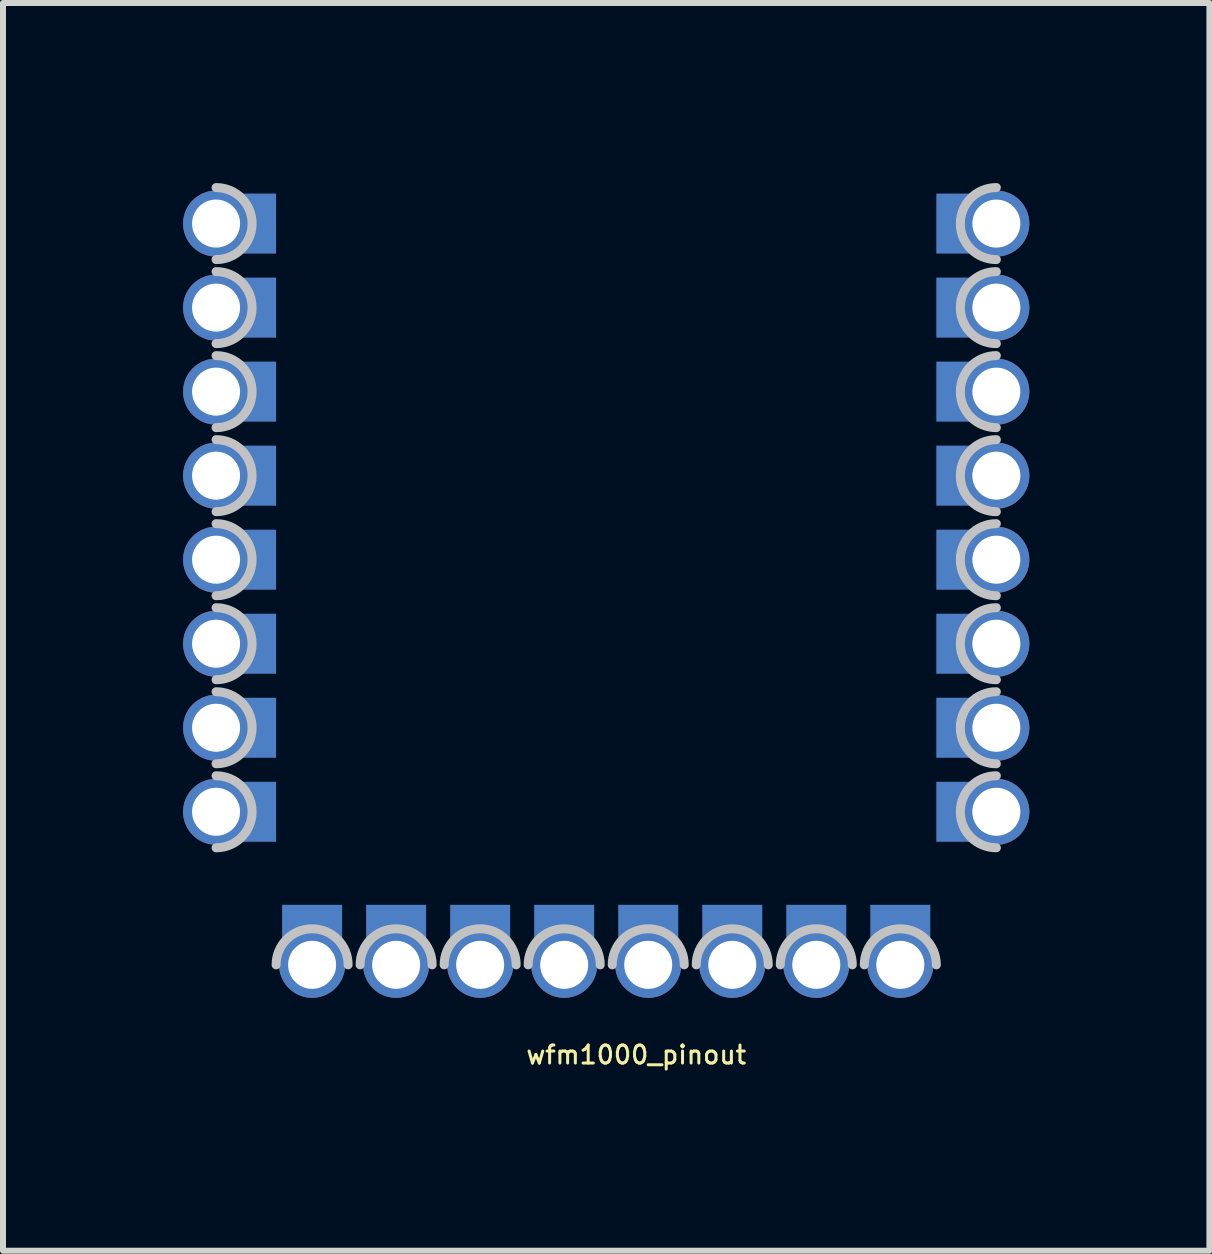
<source format=kicad_pcb>
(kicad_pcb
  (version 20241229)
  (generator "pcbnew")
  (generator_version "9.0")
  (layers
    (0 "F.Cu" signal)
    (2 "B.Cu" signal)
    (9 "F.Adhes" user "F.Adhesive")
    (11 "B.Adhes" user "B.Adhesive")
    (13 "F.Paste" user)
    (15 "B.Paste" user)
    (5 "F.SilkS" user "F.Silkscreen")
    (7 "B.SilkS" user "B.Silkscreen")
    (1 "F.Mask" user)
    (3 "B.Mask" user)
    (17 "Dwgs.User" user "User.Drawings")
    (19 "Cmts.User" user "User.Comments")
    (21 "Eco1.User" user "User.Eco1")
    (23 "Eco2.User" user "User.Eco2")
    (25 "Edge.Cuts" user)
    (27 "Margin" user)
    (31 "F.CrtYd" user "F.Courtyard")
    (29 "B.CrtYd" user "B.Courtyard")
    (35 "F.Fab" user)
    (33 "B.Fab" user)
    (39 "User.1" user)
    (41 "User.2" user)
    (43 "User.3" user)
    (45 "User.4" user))
  (footprint "wfm1000_pinout"
    (layer "F.Cu")
    (at 7.05 13.025)
    (property "Reference" "wfm1000_pinout" (at 0.5 1.5 0) (layer "F.SilkS") (effects (font (size 0.3 0.3) (thickness 0.05))))
    (attr exclude_from_pos_files exclude_from_bom)
    (fp_arc (start -6.5 -12.95) (mid -5.9 -12.35) (end -6.5 -11.75) (stroke (width 0.15) (type solid)) (layer "Dwgs.User"))
    (fp_arc (start -6.5 -11.55) (mid -5.9 -10.95) (end -6.5 -10.35) (stroke (width 0.15) (type solid)) (layer "Dwgs.User"))
    (fp_arc (start -6.5 -10.15) (mid -5.9 -9.55) (end -6.5 -8.95) (stroke (width 0.15) (type solid)) (layer "Dwgs.User"))
    (fp_arc (start -6.5 -8.75) (mid -5.9 -8.15) (end -6.5 -7.55) (stroke (width 0.15) (type solid)) (layer "Dwgs.User"))
    (fp_arc (start -6.5 -7.35) (mid -5.9 -6.75) (end -6.5 -6.15) (stroke (width 0.15) (type solid)) (layer "Dwgs.User"))
    (fp_arc (start -6.5 -5.95) (mid -5.9 -5.35) (end -6.5 -4.75) (stroke (width 0.15) (type solid)) (layer "Dwgs.User"))
    (fp_arc (start -6.5 -4.55) (mid -5.9 -3.95) (end -6.5 -3.35) (stroke (width 0.15) (type solid)) (layer "Dwgs.User"))
    (fp_arc (start -6.5 -3.15) (mid -5.9 -2.55) (end -6.5 -1.95) (stroke (width 0.15) (type solid)) (layer "Dwgs.User"))
    (fp_arc (start -5.5 0) (mid -4.9 -0.6) (end -4.3 0) (stroke (width 0.15) (type solid)) (layer "Dwgs.User"))
    (fp_arc (start -4.1 0) (mid -3.5 -0.6) (end -2.9 0) (stroke (width 0.15) (type solid)) (layer "Dwgs.User"))
    (fp_arc (start -2.7 0) (mid -2.1 -0.6) (end -1.5 0) (stroke (width 0.15) (type solid)) (layer "Dwgs.User"))
    (fp_arc (start -1.3 0) (mid -0.7 -0.6) (end -0.1 0) (stroke (width 0.15) (type solid)) (layer "Dwgs.User"))
    (fp_arc (start 0.1 0) (mid 0.7 -0.6) (end 1.3 0) (stroke (width 0.15) (type solid)) (layer "Dwgs.User"))
    (fp_arc (start 1.5 0) (mid 2.1 -0.6) (end 2.7 0) (stroke (width 0.15) (type solid)) (layer "Dwgs.User"))
    (fp_arc (start 2.9 0) (mid 3.5 -0.6) (end 4.1 0) (stroke (width 0.15) (type solid)) (layer "Dwgs.User"))
    (fp_arc (start 4.3 0) (mid 4.9 -0.6) (end 5.5 0) (stroke (width 0.15) (type solid)) (layer "Dwgs.User"))
    (fp_arc (start 6.5 -11.75) (mid 5.9 -12.35) (end 6.5 -12.95) (stroke (width 0.15) (type solid)) (layer "Dwgs.User"))
    (fp_arc (start 6.5 -10.35) (mid 5.9 -10.95) (end 6.5 -11.55) (stroke (width 0.15) (type solid)) (layer "Dwgs.User"))
    (fp_arc (start 6.5 -8.95) (mid 5.9 -9.55) (end 6.5 -10.15) (stroke (width 0.15) (type solid)) (layer "Dwgs.User"))
    (fp_arc (start 6.5 -7.55) (mid 5.9 -8.15) (end 6.5 -8.75) (stroke (width 0.15) (type solid)) (layer "Dwgs.User"))
    (fp_arc (start 6.5 -6.15) (mid 5.9 -6.75) (end 6.5 -7.35) (stroke (width 0.15) (type solid)) (layer "Dwgs.User"))
    (fp_arc (start 6.5 -4.75) (mid 5.9 -5.35) (end 6.5 -5.95) (stroke (width 0.15) (type solid)) (layer "Dwgs.User"))
    (fp_arc (start 6.5 -3.35) (mid 5.9 -3.95) (end 6.5 -4.55) (stroke (width 0.15) (type solid)) (layer "Dwgs.User"))
    (fp_arc (start 6.5 -1.95) (mid 5.9 -2.55) (end 6.5 -3.15) (stroke (width 0.15) (type solid)) (layer "Dwgs.User"))
    (pad "" connect circle (at -6.5 -12.35 180) (size 0.8 0.8) (layers "F.Mask"))
    (pad "" connect circle (at -6.5 -10.95 180) (size 0.8 0.8) (layers "F.Mask"))
    (pad "" connect circle (at -6.5 -9.55 180) (size 0.8 0.8) (layers "F.Mask"))
    (pad "" connect circle (at -6.5 -8.15 180) (size 0.8 0.8) (layers "F.Mask"))
    (pad "" connect circle (at -6.5 -6.75 180) (size 0.8 0.8) (layers "F.Mask"))
    (pad "" connect circle (at -6.5 -5.35 180) (size 0.8 0.8) (layers "F.Mask"))
    (pad "" connect circle (at -6.5 -3.95 180) (size 0.8 0.8) (layers "F.Mask"))
    (pad "" connect circle (at -6.5 -2.55 180) (size 0.8 0.8) (layers "F.Mask"))
    (pad "" connect circle (at -4.9 0 180) (size 0.8 0.8) (layers "F.Mask"))
    (pad "" connect circle (at -3.5 0 180) (size 0.8 0.8) (layers "F.Mask"))
    (pad "" connect circle (at -2.1 0 180) (size 0.8 0.8) (layers "F.Mask"))
    (pad "" connect circle (at -0.7 0 180) (size 0.8 0.8) (layers "F.Mask"))
    (pad "" connect circle (at 0.7 0 180) (size 0.8 0.8) (layers "F.Mask"))
    (pad "" connect circle (at 2.1 0 180) (size 0.8 0.8) (layers "F.Mask"))
    (pad "" connect circle (at 3.5 0 180) (size 0.8 0.8) (layers "F.Mask"))
    (pad "" connect circle (at 4.9 0 180) (size 0.8 0.8) (layers "F.Mask"))
    (pad "" connect circle (at 6.5 -12.35 180) (size 0.8 0.8) (layers "F.Mask"))
    (pad "" connect circle (at 6.5 -10.95 180) (size 0.8 0.8) (layers "F.Mask"))
    (pad "" connect circle (at 6.5 -9.55 180) (size 0.8 0.8) (layers "F.Mask"))
    (pad "" connect circle (at 6.5 -8.15 180) (size 0.8 0.8) (layers "F.Mask"))
    (pad "" connect circle (at 6.5 -6.75 180) (size 0.8 0.8) (layers "F.Mask"))
    (pad "" connect circle (at 6.5 -5.35 180) (size 0.8 0.8) (layers "F.Mask"))
    (pad "" connect circle (at 6.5 -3.95 180) (size 0.8 0.8) (layers "F.Mask"))
    (pad "" connect circle (at 6.5 -2.55 180) (size 0.8 0.8) (layers "F.Mask"))
    (pad "1" thru_hole circle (at -6.5 -12.35 180) (size 1.1 1.1) (drill 0.8) (layers "*.Cu" "B.Mask"))
    (pad "1" smd rect (at -6 -12.35 180) (size 1 1) (layers "B.Cu" "B.Mask"))
    (pad "2" thru_hole circle (at -6.5 -10.95 180) (size 1.1 1.1) (drill 0.8) (layers "*.Cu" "B.Mask"))
    (pad "2" smd rect (at -6 -10.95 180) (size 1 1) (layers "B.Cu" "B.Mask"))
    (pad "3" thru_hole circle (at -6.5 -9.55 180) (size 1.1 1.1) (drill 0.8) (layers "*.Cu" "B.Mask"))
    (pad "3" smd rect (at -6 -9.55 180) (size 1 1) (layers "B.Cu" "B.Mask"))
    (pad "4" thru_hole circle (at -6.5 -8.15 180) (size 1.1 1.1) (drill 0.8) (layers "*.Cu" "B.Mask"))
    (pad "4" smd rect (at -6 -8.15 180) (size 1 1) (layers "B.Cu" "B.Mask"))
    (pad "5" thru_hole circle (at -6.5 -6.75 180) (size 1.1 1.1) (drill 0.8) (layers "*.Cu" "B.Mask"))
    (pad "5" smd rect (at -6 -6.75 180) (size 1 1) (layers "B.Cu" "B.Mask"))
    (pad "6" thru_hole circle (at -6.5 -5.35 180) (size 1.1 1.1) (drill 0.8) (layers "*.Cu" "B.Mask"))
    (pad "6" smd rect (at -6 -5.35 180) (size 1 1) (layers "B.Cu" "B.Mask"))
    (pad "7" thru_hole circle (at -6.5 -3.95 180) (size 1.1 1.1) (drill 0.8) (layers "*.Cu" "B.Mask"))
    (pad "7" smd rect (at -6 -3.95 180) (size 1 1) (layers "B.Cu" "B.Mask"))
    (pad "8" thru_hole circle (at -6.5 -2.55 180) (size 1.1 1.1) (drill 0.8) (layers "*.Cu" "B.Mask"))
    (pad "8" smd rect (at -6 -2.55 180) (size 1 1) (layers "B.Cu" "B.Mask"))
    (pad "9" smd rect (at -4.9 -0.5 180) (size 1 1) (layers "B.Cu" "B.Mask"))
    (pad "9" thru_hole circle (at -4.9 0 180) (size 1.1 1.1) (drill 0.8) (layers "*.Cu" "B.Mask"))
    (pad "10" smd rect (at -3.5 -0.5 180) (size 1 1) (layers "B.Cu" "B.Mask"))
    (pad "10" thru_hole circle (at -3.5 0 180) (size 1.1 1.1) (drill 0.8) (layers "*.Cu" "B.Mask"))
    (pad "11" smd rect (at -2.1 -0.5 180) (size 1 1) (layers "B.Cu" "B.Mask"))
    (pad "11" thru_hole circle (at -2.1 0 180) (size 1.1 1.1) (drill 0.8) (layers "*.Cu" "B.Mask"))
    (pad "12" smd rect (at -0.7 -0.5 180) (size 1 1) (layers "B.Cu" "B.Mask"))
    (pad "12" thru_hole circle (at -0.7 0 180) (size 1.1 1.1) (drill 0.8) (layers "*.Cu" "B.Mask"))
    (pad "13" smd rect (at 0.7 -0.5 180) (size 1 1) (layers "B.Cu" "B.Mask"))
    (pad "13" thru_hole circle (at 0.7 0 180) (size 1.1 1.1) (drill 0.8) (layers "*.Cu" "B.Mask"))
    (pad "14" smd rect (at 2.1 -0.5 180) (size 1 1) (layers "B.Cu" "B.Mask"))
    (pad "14" thru_hole circle (at 2.1 0 180) (size 1.1 1.1) (drill 0.8) (layers "*.Cu" "B.Mask"))
    (pad "15" smd rect (at 3.5 -0.5 180) (size 1 1) (layers "B.Cu" "B.Mask"))
    (pad "15" thru_hole circle (at 3.5 0 180) (size 1.1 1.1) (drill 0.8) (layers "*.Cu" "B.Mask"))
    (pad "16" smd rect (at 4.9 -0.5 180) (size 1 1) (layers "B.Cu" "B.Mask"))
    (pad "16" thru_hole circle (at 4.9 0 180) (size 1.1 1.1) (drill 0.8) (layers "*.Cu" "B.Mask"))
    (pad "17" smd rect (at 6 -2.55 180) (size 1 1) (layers "B.Cu" "B.Mask"))
    (pad "17" thru_hole circle (at 6.5 -2.55 180) (size 1.1 1.1) (drill 0.8) (layers "*.Cu" "B.Mask"))
    (pad "18" smd rect (at 6 -3.95 180) (size 1 1) (layers "B.Cu" "B.Mask"))
    (pad "18" thru_hole circle (at 6.5 -3.95 180) (size 1.1 1.1) (drill 0.8) (layers "*.Cu" "B.Mask"))
    (pad "19" smd rect (at 6 -5.35 180) (size 1 1) (layers "B.Cu" "B.Mask"))
    (pad "19" thru_hole circle (at 6.5 -5.35 180) (size 1.1 1.1) (drill 0.8) (layers "*.Cu" "B.Mask"))
    (pad "20" smd rect (at 6 -6.75 180) (size 1 1) (layers "B.Cu" "B.Mask"))
    (pad "20" thru_hole circle (at 6.5 -6.75 180) (size 1.1 1.1) (drill 0.8) (layers "*.Cu" "B.Mask"))
    (pad "21" smd rect (at 6 -8.15 180) (size 1 1) (layers "B.Cu" "B.Mask"))
    (pad "21" thru_hole circle (at 6.5 -8.15 180) (size 1.1 1.1) (drill 0.8) (layers "*.Cu" "B.Mask"))
    (pad "22" smd rect (at 6 -9.55 180) (size 1 1) (layers "B.Cu" "B.Mask"))
    (pad "22" thru_hole circle (at 6.5 -9.55 180) (size 1.1 1.1) (drill 0.8) (layers "*.Cu" "B.Mask"))
    (pad "23" smd rect (at 6 -10.95 180) (size 1 1) (layers "B.Cu" "B.Mask"))
    (pad "23" thru_hole circle (at 6.5 -10.95 180) (size 1.1 1.1) (drill 0.8) (layers "*.Cu" "B.Mask"))
    (pad "24" smd rect (at 6 -12.35 180) (size 1 1) (layers "B.Cu" "B.Mask"))
    (pad "24" thru_hole circle (at 6.5 -12.35 180) (size 1.1 1.1) (drill 0.8) (layers "*.Cu" "B.Mask")))
  (gr_rect
    (start -3 -3)
    (end 17.1 17.788)
    (stroke (width 0.1) (type default))
    (fill no)
    (layer "Edge.Cuts")))
</source>
